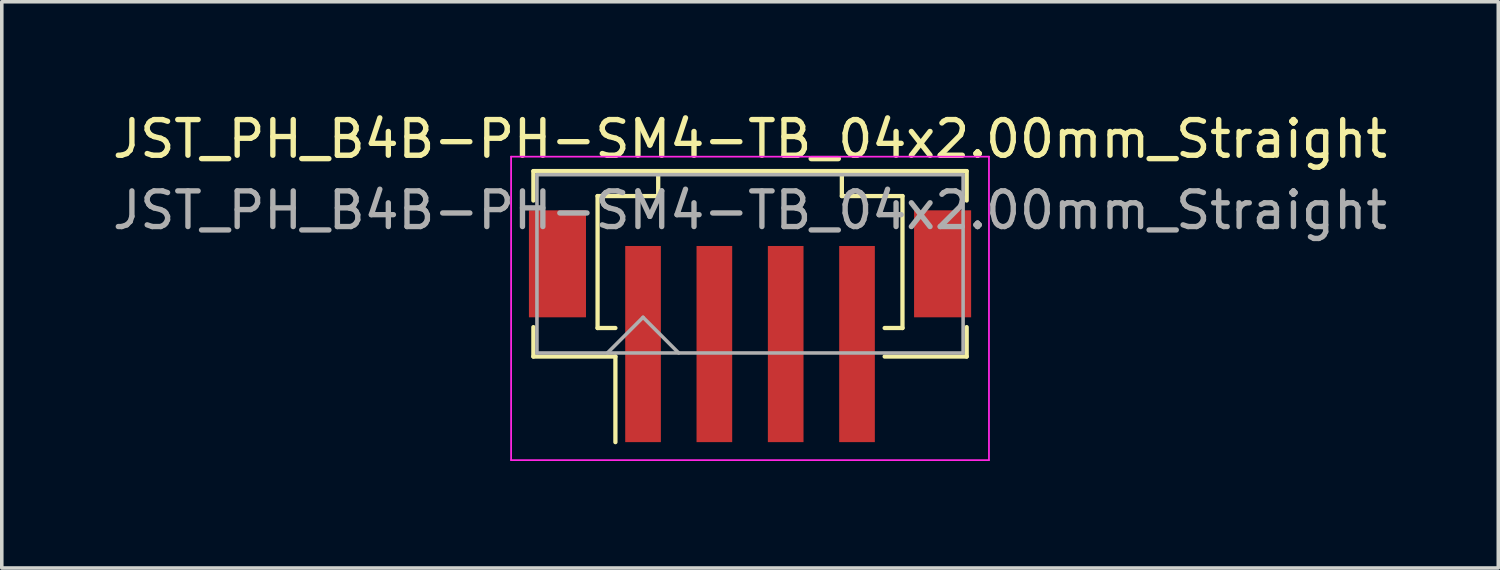
<source format=kicad_pcb>
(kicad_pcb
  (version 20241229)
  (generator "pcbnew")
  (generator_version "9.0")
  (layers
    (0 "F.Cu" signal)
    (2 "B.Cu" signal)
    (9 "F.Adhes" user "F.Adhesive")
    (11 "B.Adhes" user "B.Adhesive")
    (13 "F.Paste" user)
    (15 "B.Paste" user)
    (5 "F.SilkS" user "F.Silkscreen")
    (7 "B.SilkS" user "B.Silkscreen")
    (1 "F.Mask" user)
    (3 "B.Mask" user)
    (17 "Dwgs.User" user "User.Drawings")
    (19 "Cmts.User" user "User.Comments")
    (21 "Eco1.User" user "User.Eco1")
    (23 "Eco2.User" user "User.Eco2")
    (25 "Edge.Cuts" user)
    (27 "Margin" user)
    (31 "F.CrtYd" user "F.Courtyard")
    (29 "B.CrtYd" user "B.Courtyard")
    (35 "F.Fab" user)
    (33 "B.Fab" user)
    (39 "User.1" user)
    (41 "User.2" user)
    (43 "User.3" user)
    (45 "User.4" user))
  (footprint "JST_PH_B4B-PH-SM4-TB_04x2.00mm_Straight"
    (layer "F.Cu")
    (at 17.982 5.473)
    (property "Reference" "JST_PH_B4B-PH-SM4-TB_04x2.00mm_Straight" (at 0 -4.625 0) (layer "F.SilkS") (effects (font (size 1 1) (thickness 0.15))))
    (attr through_hole)
    (fp_line (start -6.075 -3.725) (end 6.075 -3.725) (stroke (width 0.12) (type solid)) (layer "F.SilkS"))
    (fp_line (start -6.075 -2.9) (end -6.075 -3.725) (stroke (width 0.12) (type solid)) (layer "F.SilkS"))
    (fp_line (start -6.075 0.65) (end -6.075 1.475) (stroke (width 0.12) (type solid)) (layer "F.SilkS"))
    (fp_line (start -6.075 1.475) (end -3.775 1.475) (stroke (width 0.12) (type solid)) (layer "F.SilkS"))
    (fp_line (start -4.275 -3.025) (end -4.275 0.675) (stroke (width 0.12) (type solid)) (layer "F.SilkS"))
    (fp_line (start -4.275 0.675) (end -3.775 0.675) (stroke (width 0.12) (type solid)) (layer "F.SilkS"))
    (fp_line (start -3.775 1.475) (end -3.775 3.875) (stroke (width 0.12) (type solid)) (layer "F.SilkS"))
    (fp_line (start -2.575 -3.725) (end -2.575 -3.025) (stroke (width 0.12) (type solid)) (layer "F.SilkS"))
    (fp_line (start -2.575 -3.025) (end -4.275 -3.025) (stroke (width 0.12) (type solid)) (layer "F.SilkS"))
    (fp_line (start 2.575 -3.725) (end 2.575 -3.025) (stroke (width 0.12) (type solid)) (layer "F.SilkS"))
    (fp_line (start 2.575 -3.025) (end 4.275 -3.025) (stroke (width 0.12) (type solid)) (layer "F.SilkS"))
    (fp_line (start 4.275 -3.025) (end 4.275 0.675) (stroke (width 0.12) (type solid)) (layer "F.SilkS"))
    (fp_line (start 4.275 0.675) (end 3.775 0.675) (stroke (width 0.12) (type solid)) (layer "F.SilkS"))
    (fp_line (start 6.075 -3.725) (end 6.075 -2.9) (stroke (width 0.12) (type solid)) (layer "F.SilkS"))
    (fp_line (start 6.075 0.65) (end 6.075 1.475) (stroke (width 0.12) (type solid)) (layer "F.SilkS"))
    (fp_line (start 6.075 1.475) (end 3.775 1.475) (stroke (width 0.12) (type solid)) (layer "F.SilkS"))
    (fp_line (start -6.7 -4.13) (end -6.7 4.38) (stroke (width 0.05) (type solid)) (layer "F.CrtYd"))
    (fp_line (start -6.7 4.38) (end 6.7 4.38) (stroke (width 0.05) (type solid)) (layer "F.CrtYd"))
    (fp_line (start 6.7 -4.13) (end -6.7 -4.13) (stroke (width 0.05) (type solid)) (layer "F.CrtYd"))
    (fp_line (start 6.7 4.38) (end 6.7 -4.13) (stroke (width 0.05) (type solid)) (layer "F.CrtYd"))
    (fp_line (start -5.975 -3.625) (end -5.975 1.375) (stroke (width 0.1) (type solid)) (layer "F.Fab"))
    (fp_line (start -5.975 1.375) (end 5.975 1.375) (stroke (width 0.1) (type solid)) (layer "F.Fab"))
    (fp_line (start -4 1.375) (end -3 0.375) (stroke (width 0.1) (type solid)) (layer "F.Fab"))
    (fp_line (start -3 0.375) (end -2 1.375) (stroke (width 0.1) (type solid)) (layer "F.Fab"))
    (fp_line (start 5.975 -3.625) (end -5.975 -3.625) (stroke (width 0.1) (type solid)) (layer "F.Fab"))
    (fp_line (start 5.975 1.375) (end 5.975 -3.625) (stroke (width 0.1) (type solid)) (layer "F.Fab"))
    (fp_text user "${REFERENCE}" (at 0 -2.625 0) (layer "F.Fab") (effects (font (size 1 1) (thickness 0.15))))
    (pad "" smd rect (at -5.4 -1.125) (size 1.6 3) (layers "F.Cu" "F.Mask" "F.Paste"))
    (pad "" smd rect (at 5.4 -1.125) (size 1.6 3) (layers "F.Cu" "F.Mask" "F.Paste"))
    (pad "0" smd rect (at -3 1.125) (size 1 5.5) (layers "F.Cu" "F.Mask" "F.Paste"))
    (pad "1" smd rect (at -1 1.125) (size 1 5.5) (layers "F.Cu" "F.Mask" "F.Paste"))
    (pad "2" smd rect (at 1 1.125) (size 1 5.5) (layers "F.Cu" "F.Mask" "F.Paste"))
    (pad "3" smd rect (at 3 1.125) (size 1 5.5) (layers "F.Cu" "F.Mask" "F.Paste")))
  (gr_rect
    (start -3 -3)
    (end 38.964 12.878)
    (stroke (width 0.1) (type default))
    (fill no)
    (layer "Edge.Cuts")))
</source>
